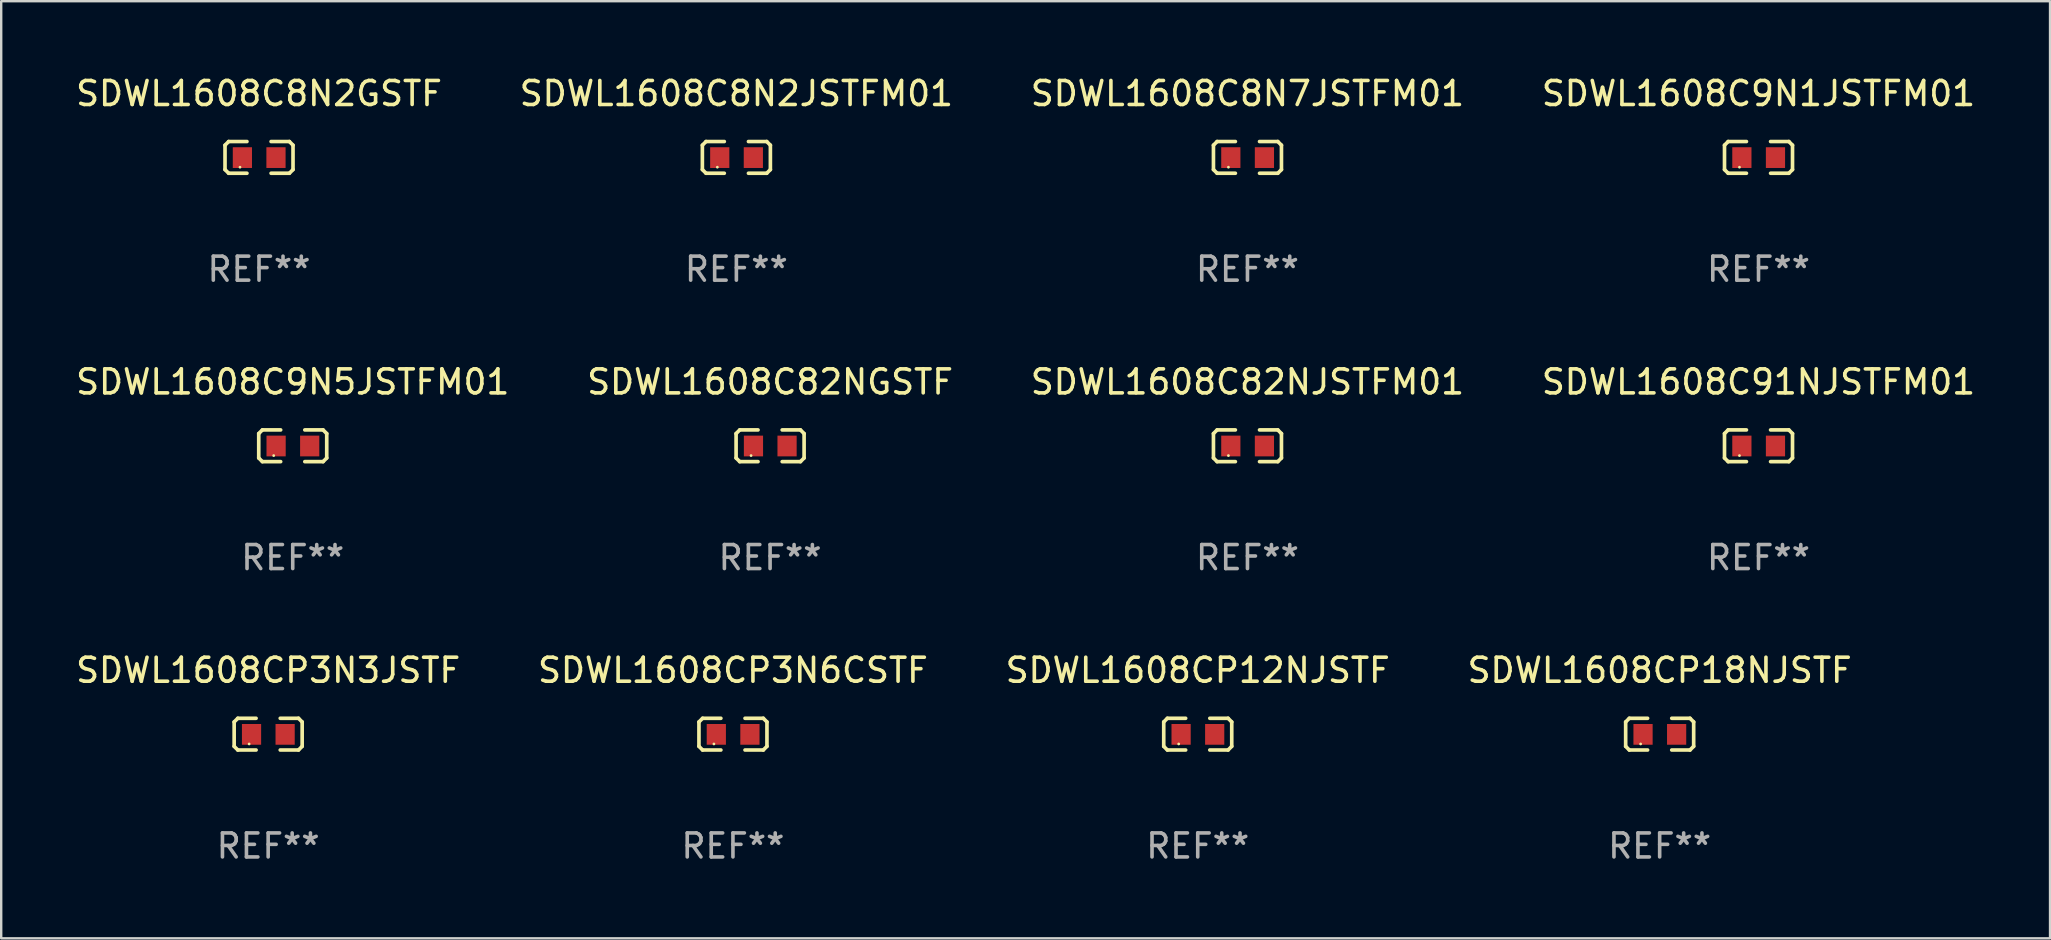
<source format=kicad_pcb>
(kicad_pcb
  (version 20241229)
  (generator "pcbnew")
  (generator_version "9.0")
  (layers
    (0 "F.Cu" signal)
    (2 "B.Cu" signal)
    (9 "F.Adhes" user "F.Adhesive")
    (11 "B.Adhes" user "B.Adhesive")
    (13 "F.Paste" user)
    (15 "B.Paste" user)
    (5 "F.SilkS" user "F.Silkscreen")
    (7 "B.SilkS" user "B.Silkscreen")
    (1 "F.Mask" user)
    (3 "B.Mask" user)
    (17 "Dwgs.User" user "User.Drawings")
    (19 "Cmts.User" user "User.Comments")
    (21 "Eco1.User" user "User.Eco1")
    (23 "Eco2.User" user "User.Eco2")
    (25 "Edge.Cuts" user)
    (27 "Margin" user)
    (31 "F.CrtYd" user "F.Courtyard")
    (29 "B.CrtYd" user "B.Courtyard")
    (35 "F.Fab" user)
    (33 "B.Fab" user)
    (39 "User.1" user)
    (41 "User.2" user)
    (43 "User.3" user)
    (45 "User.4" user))
  (footprint "SDWL1608C8N2JSTFM01"
    (layer "F.Cu")
    (at 27.637 3.509)
    (property "Reference" "SDWL1608C8N2JSTFM01" (at 0 -2.661 0) (layer "F.SilkS") (effects (font (size 1 1) (thickness 0.15))))
    (attr through_hole)
    (fp_line (start -1.417 -0.508) (end -1.265 -0.661) (stroke (width 0.152) (type solid)) (layer "F.SilkS"))
    (fp_line (start -1.417 0.508) (end -1.417 -0.508) (stroke (width 0.152) (type solid)) (layer "F.SilkS"))
    (fp_line (start -1.265 -0.661) (end -0.503 -0.661) (stroke (width 0.152) (type solid)) (layer "F.SilkS"))
    (fp_line (start -1.265 0.661) (end -1.417 0.508) (stroke (width 0.152) (type solid)) (layer "F.SilkS"))
    (fp_line (start -1.265 0.661) (end -0.503 0.661) (stroke (width 0.152) (type solid)) (layer "F.SilkS"))
    (fp_line (start 1.265 -0.661) (end 0.503 -0.661) (stroke (width 0.152) (type solid)) (layer "F.SilkS"))
    (fp_line (start 1.265 -0.661) (end 1.417 -0.508) (stroke (width 0.152) (type solid)) (layer "F.SilkS"))
    (fp_line (start 1.265 0.661) (end 0.503 0.661) (stroke (width 0.152) (type solid)) (layer "F.SilkS"))
    (fp_line (start 1.417 -0.508) (end 1.417 0.508) (stroke (width 0.152) (type solid)) (layer "F.SilkS"))
    (fp_line (start 1.417 0.508) (end 1.265 0.661) (stroke (width 0.152) (type solid)) (layer "F.SilkS"))
    (fp_circle (center -0.793 0.409) (end -0.763 0.409) (stroke (width 0.06) (type solid)) (fill no) (layer "F.SilkS"))
    (fp_text user "REF**" (at 0 4.661 0) (layer "F.Fab") (effects (font (size 1 1) (thickness 0.15))))
    (pad "1" smd rect (at -0.693 0.009 180) (size 0.8 0.864) (layers "F.Cu" "F.Mask" "F.Paste"))
    (pad "2" smd rect (at 0.707 0.009 180) (size 0.8 0.864) (layers "F.Cu" "F.Mask" "F.Paste")))
  (footprint "SDWL1608C82NJSTFM01"
    (layer "F.Cu")
    (at 48.935 15.527)
    (property "Reference" "SDWL1608C82NJSTFM01" (at 0 -2.661 0) (layer "F.SilkS") (effects (font (size 1 1) (thickness 0.15))))
    (attr through_hole)
    (fp_line (start -1.417 -0.508) (end -1.265 -0.661) (stroke (width 0.152) (type solid)) (layer "F.SilkS"))
    (fp_line (start -1.417 0.508) (end -1.417 -0.508) (stroke (width 0.152) (type solid)) (layer "F.SilkS"))
    (fp_line (start -1.265 -0.661) (end -0.503 -0.661) (stroke (width 0.152) (type solid)) (layer "F.SilkS"))
    (fp_line (start -1.265 0.661) (end -1.417 0.508) (stroke (width 0.152) (type solid)) (layer "F.SilkS"))
    (fp_line (start -1.265 0.661) (end -0.503 0.661) (stroke (width 0.152) (type solid)) (layer "F.SilkS"))
    (fp_line (start 1.265 -0.661) (end 0.503 -0.661) (stroke (width 0.152) (type solid)) (layer "F.SilkS"))
    (fp_line (start 1.265 -0.661) (end 1.417 -0.508) (stroke (width 0.152) (type solid)) (layer "F.SilkS"))
    (fp_line (start 1.265 0.661) (end 0.503 0.661) (stroke (width 0.152) (type solid)) (layer "F.SilkS"))
    (fp_line (start 1.417 -0.508) (end 1.417 0.508) (stroke (width 0.152) (type solid)) (layer "F.SilkS"))
    (fp_line (start 1.417 0.508) (end 1.265 0.661) (stroke (width 0.152) (type solid)) (layer "F.SilkS"))
    (fp_circle (center -0.793 0.409) (end -0.763 0.409) (stroke (width 0.06) (type solid)) (fill no) (layer "F.SilkS"))
    (fp_text user "REF**" (at 0 4.661 0) (layer "F.Fab") (effects (font (size 1 1) (thickness 0.15))))
    (pad "1" smd rect (at -0.693 0.009 180) (size 0.8 0.864) (layers "F.Cu" "F.Mask" "F.Paste"))
    (pad "2" smd rect (at 0.707 0.009 180) (size 0.8 0.864) (layers "F.Cu" "F.Mask" "F.Paste")))
  (footprint "SDWL1608CP3N3JSTF"
    (layer "F.Cu")
    (at 8.125 27.544)
    (property "Reference" "SDWL1608CP3N3JSTF" (at 0 -2.661 0) (layer "F.SilkS") (effects (font (size 1 1) (thickness 0.15))))
    (attr through_hole)
    (fp_line (start -1.417 -0.508) (end -1.265 -0.661) (stroke (width 0.152) (type solid)) (layer "F.SilkS"))
    (fp_line (start -1.417 0.508) (end -1.417 -0.508) (stroke (width 0.152) (type solid)) (layer "F.SilkS"))
    (fp_line (start -1.265 -0.661) (end -0.503 -0.661) (stroke (width 0.152) (type solid)) (layer "F.SilkS"))
    (fp_line (start -1.265 0.661) (end -1.417 0.508) (stroke (width 0.152) (type solid)) (layer "F.SilkS"))
    (fp_line (start -1.265 0.661) (end -0.503 0.661) (stroke (width 0.152) (type solid)) (layer "F.SilkS"))
    (fp_line (start 1.265 -0.661) (end 0.503 -0.661) (stroke (width 0.152) (type solid)) (layer "F.SilkS"))
    (fp_line (start 1.265 -0.661) (end 1.417 -0.508) (stroke (width 0.152) (type solid)) (layer "F.SilkS"))
    (fp_line (start 1.265 0.661) (end 0.503 0.661) (stroke (width 0.152) (type solid)) (layer "F.SilkS"))
    (fp_line (start 1.417 -0.508) (end 1.417 0.508) (stroke (width 0.152) (type solid)) (layer "F.SilkS"))
    (fp_line (start 1.417 0.508) (end 1.265 0.661) (stroke (width 0.152) (type solid)) (layer "F.SilkS"))
    (fp_circle (center -0.793 0.409) (end -0.763 0.409) (stroke (width 0.06) (type solid)) (fill no) (layer "F.SilkS"))
    (fp_text user "REF**" (at 0 4.661 0) (layer "F.Fab") (effects (font (size 1 1) (thickness 0.15))))
    (pad "1" smd rect (at -0.693 0.009 180) (size 0.8 0.864) (layers "F.Cu" "F.Mask" "F.Paste"))
    (pad "2" smd rect (at 0.707 0.009 180) (size 0.8 0.864) (layers "F.Cu" "F.Mask" "F.Paste")))
  (footprint "SDWL1608C91NJSTFM01"
    (layer "F.Cu")
    (at 70.232 15.527)
    (property "Reference" "SDWL1608C91NJSTFM01" (at 0 -2.661 0) (layer "F.SilkS") (effects (font (size 1 1) (thickness 0.15))))
    (attr through_hole)
    (fp_line (start -1.417 -0.508) (end -1.265 -0.661) (stroke (width 0.152) (type solid)) (layer "F.SilkS"))
    (fp_line (start -1.417 0.508) (end -1.417 -0.508) (stroke (width 0.152) (type solid)) (layer "F.SilkS"))
    (fp_line (start -1.265 -0.661) (end -0.503 -0.661) (stroke (width 0.152) (type solid)) (layer "F.SilkS"))
    (fp_line (start -1.265 0.661) (end -1.417 0.508) (stroke (width 0.152) (type solid)) (layer "F.SilkS"))
    (fp_line (start -1.265 0.661) (end -0.503 0.661) (stroke (width 0.152) (type solid)) (layer "F.SilkS"))
    (fp_line (start 1.265 -0.661) (end 0.503 -0.661) (stroke (width 0.152) (type solid)) (layer "F.SilkS"))
    (fp_line (start 1.265 -0.661) (end 1.417 -0.508) (stroke (width 0.152) (type solid)) (layer "F.SilkS"))
    (fp_line (start 1.265 0.661) (end 0.503 0.661) (stroke (width 0.152) (type solid)) (layer "F.SilkS"))
    (fp_line (start 1.417 -0.508) (end 1.417 0.508) (stroke (width 0.152) (type solid)) (layer "F.SilkS"))
    (fp_line (start 1.417 0.508) (end 1.265 0.661) (stroke (width 0.152) (type solid)) (layer "F.SilkS"))
    (fp_circle (center -0.793 0.409) (end -0.763 0.409) (stroke (width 0.06) (type solid)) (fill no) (layer "F.SilkS"))
    (fp_text user "REF**" (at 0 4.661 0) (layer "F.Fab") (effects (font (size 1 1) (thickness 0.15))))
    (pad "1" smd rect (at -0.693 0.009 180) (size 0.8 0.864) (layers "F.Cu" "F.Mask" "F.Paste"))
    (pad "2" smd rect (at 0.707 0.009 180) (size 0.8 0.864) (layers "F.Cu" "F.Mask" "F.Paste")))
  (footprint "SDWL1608C8N2GSTF"
    (layer "F.Cu")
    (at 7.744 3.509)
    (property "Reference" "SDWL1608C8N2GSTF" (at 0 -2.661 0) (layer "F.SilkS") (effects (font (size 1 1) (thickness 0.15))))
    (attr through_hole)
    (fp_line (start -1.417 -0.508) (end -1.265 -0.661) (stroke (width 0.152) (type solid)) (layer "F.SilkS"))
    (fp_line (start -1.417 0.508) (end -1.417 -0.508) (stroke (width 0.152) (type solid)) (layer "F.SilkS"))
    (fp_line (start -1.265 -0.661) (end -0.503 -0.661) (stroke (width 0.152) (type solid)) (layer "F.SilkS"))
    (fp_line (start -1.265 0.661) (end -1.417 0.508) (stroke (width 0.152) (type solid)) (layer "F.SilkS"))
    (fp_line (start -1.265 0.661) (end -0.503 0.661) (stroke (width 0.152) (type solid)) (layer "F.SilkS"))
    (fp_line (start 1.265 -0.661) (end 0.503 -0.661) (stroke (width 0.152) (type solid)) (layer "F.SilkS"))
    (fp_line (start 1.265 -0.661) (end 1.417 -0.508) (stroke (width 0.152) (type solid)) (layer "F.SilkS"))
    (fp_line (start 1.265 0.661) (end 0.503 0.661) (stroke (width 0.152) (type solid)) (layer "F.SilkS"))
    (fp_line (start 1.417 -0.508) (end 1.417 0.508) (stroke (width 0.152) (type solid)) (layer "F.SilkS"))
    (fp_line (start 1.417 0.508) (end 1.265 0.661) (stroke (width 0.152) (type solid)) (layer "F.SilkS"))
    (fp_circle (center -0.793 0.409) (end -0.763 0.409) (stroke (width 0.06) (type solid)) (fill no) (layer "F.SilkS"))
    (fp_text user "REF**" (at 0 4.661 0) (layer "F.Fab") (effects (font (size 1 1) (thickness 0.15))))
    (pad "1" smd rect (at -0.693 0.009 180) (size 0.8 0.864) (layers "F.Cu" "F.Mask" "F.Paste"))
    (pad "2" smd rect (at 0.707 0.009 180) (size 0.8 0.864) (layers "F.Cu" "F.Mask" "F.Paste")))
  (footprint "SDWL1608CP12NJSTF"
    (layer "F.Cu")
    (at 46.863 27.544)
    (property "Reference" "SDWL1608CP12NJSTF" (at 0 -2.661 0) (layer "F.SilkS") (effects (font (size 1 1) (thickness 0.15))))
    (attr through_hole)
    (fp_line (start -1.417 -0.508) (end -1.265 -0.661) (stroke (width 0.152) (type solid)) (layer "F.SilkS"))
    (fp_line (start -1.417 0.508) (end -1.417 -0.508) (stroke (width 0.152) (type solid)) (layer "F.SilkS"))
    (fp_line (start -1.265 -0.661) (end -0.503 -0.661) (stroke (width 0.152) (type solid)) (layer "F.SilkS"))
    (fp_line (start -1.265 0.661) (end -1.417 0.508) (stroke (width 0.152) (type solid)) (layer "F.SilkS"))
    (fp_line (start -1.265 0.661) (end -0.503 0.661) (stroke (width 0.152) (type solid)) (layer "F.SilkS"))
    (fp_line (start 1.265 -0.661) (end 0.503 -0.661) (stroke (width 0.152) (type solid)) (layer "F.SilkS"))
    (fp_line (start 1.265 -0.661) (end 1.417 -0.508) (stroke (width 0.152) (type solid)) (layer "F.SilkS"))
    (fp_line (start 1.265 0.661) (end 0.503 0.661) (stroke (width 0.152) (type solid)) (layer "F.SilkS"))
    (fp_line (start 1.417 -0.508) (end 1.417 0.508) (stroke (width 0.152) (type solid)) (layer "F.SilkS"))
    (fp_line (start 1.417 0.508) (end 1.265 0.661) (stroke (width 0.152) (type solid)) (layer "F.SilkS"))
    (fp_circle (center -0.793 0.409) (end -0.763 0.409) (stroke (width 0.06) (type solid)) (fill no) (layer "F.SilkS"))
    (fp_text user "REF**" (at 0 4.661 0) (layer "F.Fab") (effects (font (size 1 1) (thickness 0.15))))
    (pad "1" smd rect (at -0.693 0.009 180) (size 0.8 0.864) (layers "F.Cu" "F.Mask" "F.Paste"))
    (pad "2" smd rect (at 0.707 0.009 180) (size 0.8 0.864) (layers "F.Cu" "F.Mask" "F.Paste")))
  (footprint "SDWL1608CP3N6CSTF"
    (layer "F.Cu")
    (at 27.494 27.544)
    (property "Reference" "SDWL1608CP3N6CSTF" (at 0 -2.661 0) (layer "F.SilkS") (effects (font (size 1 1) (thickness 0.15))))
    (attr through_hole)
    (fp_line (start -1.417 -0.508) (end -1.265 -0.661) (stroke (width 0.152) (type solid)) (layer "F.SilkS"))
    (fp_line (start -1.417 0.508) (end -1.417 -0.508) (stroke (width 0.152) (type solid)) (layer "F.SilkS"))
    (fp_line (start -1.265 -0.661) (end -0.503 -0.661) (stroke (width 0.152) (type solid)) (layer "F.SilkS"))
    (fp_line (start -1.265 0.661) (end -1.417 0.508) (stroke (width 0.152) (type solid)) (layer "F.SilkS"))
    (fp_line (start -1.265 0.661) (end -0.503 0.661) (stroke (width 0.152) (type solid)) (layer "F.SilkS"))
    (fp_line (start 1.265 -0.661) (end 0.503 -0.661) (stroke (width 0.152) (type solid)) (layer "F.SilkS"))
    (fp_line (start 1.265 -0.661) (end 1.417 -0.508) (stroke (width 0.152) (type solid)) (layer "F.SilkS"))
    (fp_line (start 1.265 0.661) (end 0.503 0.661) (stroke (width 0.152) (type solid)) (layer "F.SilkS"))
    (fp_line (start 1.417 -0.508) (end 1.417 0.508) (stroke (width 0.152) (type solid)) (layer "F.SilkS"))
    (fp_line (start 1.417 0.508) (end 1.265 0.661) (stroke (width 0.152) (type solid)) (layer "F.SilkS"))
    (fp_circle (center -0.793 0.409) (end -0.763 0.409) (stroke (width 0.06) (type solid)) (fill no) (layer "F.SilkS"))
    (fp_text user "REF**" (at 0 4.661 0) (layer "F.Fab") (effects (font (size 1 1) (thickness 0.15))))
    (pad "1" smd rect (at -0.693 0.009 180) (size 0.8 0.864) (layers "F.Cu" "F.Mask" "F.Paste"))
    (pad "2" smd rect (at 0.707 0.009 180) (size 0.8 0.864) (layers "F.Cu" "F.Mask" "F.Paste")))
  (footprint "SDWL1608C9N5JSTFM01"
    (layer "F.Cu")
    (at 9.149 15.527)
    (property "Reference" "SDWL1608C9N5JSTFM01" (at 0 -2.661 0) (layer "F.SilkS") (effects (font (size 1 1) (thickness 0.15))))
    (attr through_hole)
    (fp_line (start -1.417 -0.508) (end -1.265 -0.661) (stroke (width 0.152) (type solid)) (layer "F.SilkS"))
    (fp_line (start -1.417 0.508) (end -1.417 -0.508) (stroke (width 0.152) (type solid)) (layer "F.SilkS"))
    (fp_line (start -1.265 -0.661) (end -0.503 -0.661) (stroke (width 0.152) (type solid)) (layer "F.SilkS"))
    (fp_line (start -1.265 0.661) (end -1.417 0.508) (stroke (width 0.152) (type solid)) (layer "F.SilkS"))
    (fp_line (start -1.265 0.661) (end -0.503 0.661) (stroke (width 0.152) (type solid)) (layer "F.SilkS"))
    (fp_line (start 1.265 -0.661) (end 0.503 -0.661) (stroke (width 0.152) (type solid)) (layer "F.SilkS"))
    (fp_line (start 1.265 -0.661) (end 1.417 -0.508) (stroke (width 0.152) (type solid)) (layer "F.SilkS"))
    (fp_line (start 1.265 0.661) (end 0.503 0.661) (stroke (width 0.152) (type solid)) (layer "F.SilkS"))
    (fp_line (start 1.417 -0.508) (end 1.417 0.508) (stroke (width 0.152) (type solid)) (layer "F.SilkS"))
    (fp_line (start 1.417 0.508) (end 1.265 0.661) (stroke (width 0.152) (type solid)) (layer "F.SilkS"))
    (fp_circle (center -0.793 0.409) (end -0.763 0.409) (stroke (width 0.06) (type solid)) (fill no) (layer "F.SilkS"))
    (fp_text user "REF**" (at 0 4.661 0) (layer "F.Fab") (effects (font (size 1 1) (thickness 0.15))))
    (pad "1" smd rect (at -0.693 0.009 180) (size 0.8 0.864) (layers "F.Cu" "F.Mask" "F.Paste"))
    (pad "2" smd rect (at 0.707 0.009 180) (size 0.8 0.864) (layers "F.Cu" "F.Mask" "F.Paste")))
  (footprint "SDWL1608C9N1JSTFM01"
    (layer "F.Cu")
    (at 70.232 3.509)
    (property "Reference" "SDWL1608C9N1JSTFM01" (at 0 -2.661 0) (layer "F.SilkS") (effects (font (size 1 1) (thickness 0.15))))
    (attr through_hole)
    (fp_line (start -1.417 -0.508) (end -1.265 -0.661) (stroke (width 0.152) (type solid)) (layer "F.SilkS"))
    (fp_line (start -1.417 0.508) (end -1.417 -0.508) (stroke (width 0.152) (type solid)) (layer "F.SilkS"))
    (fp_line (start -1.265 -0.661) (end -0.503 -0.661) (stroke (width 0.152) (type solid)) (layer "F.SilkS"))
    (fp_line (start -1.265 0.661) (end -1.417 0.508) (stroke (width 0.152) (type solid)) (layer "F.SilkS"))
    (fp_line (start -1.265 0.661) (end -0.503 0.661) (stroke (width 0.152) (type solid)) (layer "F.SilkS"))
    (fp_line (start 1.265 -0.661) (end 0.503 -0.661) (stroke (width 0.152) (type solid)) (layer "F.SilkS"))
    (fp_line (start 1.265 -0.661) (end 1.417 -0.508) (stroke (width 0.152) (type solid)) (layer "F.SilkS"))
    (fp_line (start 1.265 0.661) (end 0.503 0.661) (stroke (width 0.152) (type solid)) (layer "F.SilkS"))
    (fp_line (start 1.417 -0.508) (end 1.417 0.508) (stroke (width 0.152) (type solid)) (layer "F.SilkS"))
    (fp_line (start 1.417 0.508) (end 1.265 0.661) (stroke (width 0.152) (type solid)) (layer "F.SilkS"))
    (fp_circle (center -0.793 0.409) (end -0.763 0.409) (stroke (width 0.06) (type solid)) (fill no) (layer "F.SilkS"))
    (fp_text user "REF**" (at 0 4.661 0) (layer "F.Fab") (effects (font (size 1 1) (thickness 0.15))))
    (pad "1" smd rect (at -0.693 0.009 180) (size 0.8 0.864) (layers "F.Cu" "F.Mask" "F.Paste"))
    (pad "2" smd rect (at 0.707 0.009 180) (size 0.8 0.864) (layers "F.Cu" "F.Mask" "F.Paste")))
  (footprint "SDWL1608C82NGSTF"
    (layer "F.Cu")
    (at 29.042 15.527)
    (property "Reference" "SDWL1608C82NGSTF" (at 0 -2.661 0) (layer "F.SilkS") (effects (font (size 1 1) (thickness 0.15))))
    (attr through_hole)
    (fp_line (start -1.417 -0.508) (end -1.265 -0.661) (stroke (width 0.152) (type solid)) (layer "F.SilkS"))
    (fp_line (start -1.417 0.508) (end -1.417 -0.508) (stroke (width 0.152) (type solid)) (layer "F.SilkS"))
    (fp_line (start -1.265 -0.661) (end -0.503 -0.661) (stroke (width 0.152) (type solid)) (layer "F.SilkS"))
    (fp_line (start -1.265 0.661) (end -1.417 0.508) (stroke (width 0.152) (type solid)) (layer "F.SilkS"))
    (fp_line (start -1.265 0.661) (end -0.503 0.661) (stroke (width 0.152) (type solid)) (layer "F.SilkS"))
    (fp_line (start 1.265 -0.661) (end 0.503 -0.661) (stroke (width 0.152) (type solid)) (layer "F.SilkS"))
    (fp_line (start 1.265 -0.661) (end 1.417 -0.508) (stroke (width 0.152) (type solid)) (layer "F.SilkS"))
    (fp_line (start 1.265 0.661) (end 0.503 0.661) (stroke (width 0.152) (type solid)) (layer "F.SilkS"))
    (fp_line (start 1.417 -0.508) (end 1.417 0.508) (stroke (width 0.152) (type solid)) (layer "F.SilkS"))
    (fp_line (start 1.417 0.508) (end 1.265 0.661) (stroke (width 0.152) (type solid)) (layer "F.SilkS"))
    (fp_circle (center -0.793 0.409) (end -0.763 0.409) (stroke (width 0.06) (type solid)) (fill no) (layer "F.SilkS"))
    (fp_text user "REF**" (at 0 4.661 0) (layer "F.Fab") (effects (font (size 1 1) (thickness 0.15))))
    (pad "1" smd rect (at -0.693 0.009 180) (size 0.8 0.864) (layers "F.Cu" "F.Mask" "F.Paste"))
    (pad "2" smd rect (at 0.707 0.009 180) (size 0.8 0.864) (layers "F.Cu" "F.Mask" "F.Paste")))
  (footprint "SDWL1608C8N7JSTFM01"
    (layer "F.Cu")
    (at 48.935 3.509)
    (property "Reference" "SDWL1608C8N7JSTFM01" (at 0 -2.661 0) (layer "F.SilkS") (effects (font (size 1 1) (thickness 0.15))))
    (attr through_hole)
    (fp_line (start -1.417 -0.508) (end -1.265 -0.661) (stroke (width 0.152) (type solid)) (layer "F.SilkS"))
    (fp_line (start -1.417 0.508) (end -1.417 -0.508) (stroke (width 0.152) (type solid)) (layer "F.SilkS"))
    (fp_line (start -1.265 -0.661) (end -0.503 -0.661) (stroke (width 0.152) (type solid)) (layer "F.SilkS"))
    (fp_line (start -1.265 0.661) (end -1.417 0.508) (stroke (width 0.152) (type solid)) (layer "F.SilkS"))
    (fp_line (start -1.265 0.661) (end -0.503 0.661) (stroke (width 0.152) (type solid)) (layer "F.SilkS"))
    (fp_line (start 1.265 -0.661) (end 0.503 -0.661) (stroke (width 0.152) (type solid)) (layer "F.SilkS"))
    (fp_line (start 1.265 -0.661) (end 1.417 -0.508) (stroke (width 0.152) (type solid)) (layer "F.SilkS"))
    (fp_line (start 1.265 0.661) (end 0.503 0.661) (stroke (width 0.152) (type solid)) (layer "F.SilkS"))
    (fp_line (start 1.417 -0.508) (end 1.417 0.508) (stroke (width 0.152) (type solid)) (layer "F.SilkS"))
    (fp_line (start 1.417 0.508) (end 1.265 0.661) (stroke (width 0.152) (type solid)) (layer "F.SilkS"))
    (fp_circle (center -0.793 0.409) (end -0.763 0.409) (stroke (width 0.06) (type solid)) (fill no) (layer "F.SilkS"))
    (fp_text user "REF**" (at 0 4.661 0) (layer "F.Fab") (effects (font (size 1 1) (thickness 0.15))))
    (pad "1" smd rect (at -0.693 0.009 180) (size 0.8 0.864) (layers "F.Cu" "F.Mask" "F.Paste"))
    (pad "2" smd rect (at 0.707 0.009 180) (size 0.8 0.864) (layers "F.Cu" "F.Mask" "F.Paste")))
  (footprint "SDWL1608CP18NJSTF"
    (layer "F.Cu")
    (at 66.113 27.544)
    (property "Reference" "SDWL1608CP18NJSTF" (at 0 -2.661 0) (layer "F.SilkS") (effects (font (size 1 1) (thickness 0.15))))
    (attr through_hole)
    (fp_line (start -1.417 -0.508) (end -1.265 -0.661) (stroke (width 0.152) (type solid)) (layer "F.SilkS"))
    (fp_line (start -1.417 0.508) (end -1.417 -0.508) (stroke (width 0.152) (type solid)) (layer "F.SilkS"))
    (fp_line (start -1.265 -0.661) (end -0.503 -0.661) (stroke (width 0.152) (type solid)) (layer "F.SilkS"))
    (fp_line (start -1.265 0.661) (end -1.417 0.508) (stroke (width 0.152) (type solid)) (layer "F.SilkS"))
    (fp_line (start -1.265 0.661) (end -0.503 0.661) (stroke (width 0.152) (type solid)) (layer "F.SilkS"))
    (fp_line (start 1.265 -0.661) (end 0.503 -0.661) (stroke (width 0.152) (type solid)) (layer "F.SilkS"))
    (fp_line (start 1.265 -0.661) (end 1.417 -0.508) (stroke (width 0.152) (type solid)) (layer "F.SilkS"))
    (fp_line (start 1.265 0.661) (end 0.503 0.661) (stroke (width 0.152) (type solid)) (layer "F.SilkS"))
    (fp_line (start 1.417 -0.508) (end 1.417 0.508) (stroke (width 0.152) (type solid)) (layer "F.SilkS"))
    (fp_line (start 1.417 0.508) (end 1.265 0.661) (stroke (width 0.152) (type solid)) (layer "F.SilkS"))
    (fp_circle (center -0.793 0.409) (end -0.763 0.409) (stroke (width 0.06) (type solid)) (fill no) (layer "F.SilkS"))
    (fp_text user "REF**" (at 0 4.661 0) (layer "F.Fab") (effects (font (size 1 1) (thickness 0.15))))
    (pad "1" smd rect (at -0.693 0.009 180) (size 0.8 0.864) (layers "F.Cu" "F.Mask" "F.Paste"))
    (pad "2" smd rect (at 0.707 0.009 180) (size 0.8 0.864) (layers "F.Cu" "F.Mask" "F.Paste")))
  (gr_rect
    (start -3 -3)
    (end 82.381 36.053)
    (stroke (width 0.1) (type default))
    (fill no)
    (layer "Edge.Cuts")))
</source>
